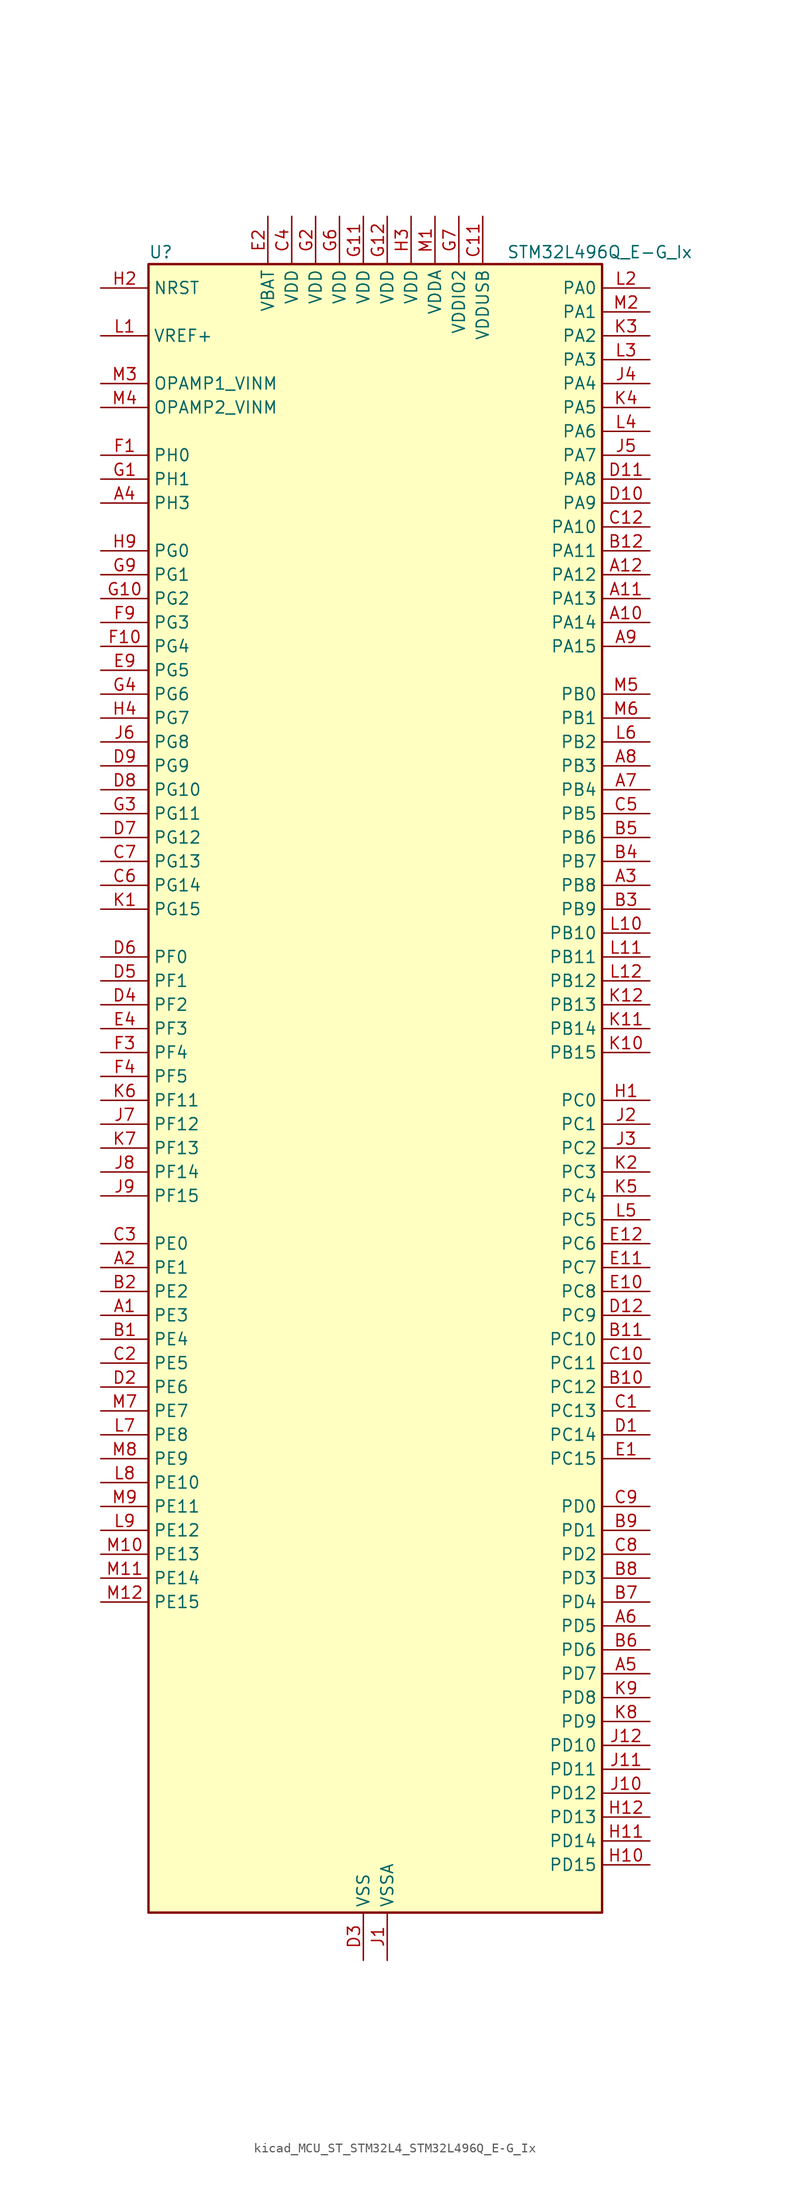
<source format=kicad_sym>
(kicad_symbol_lib
  (version 20220914)
  (generator kicad_symbol_editor)
  (symbol "kicad_MCU_ST_STM32L4_STM32L496Q_E-G_Ix"
    (property "Reference" "U"
      (at -22.86 90.17 0)
      (effects (font (size 1.27 1.27)) (justify left)))
    (property "Value" "STM32L496Q_E-G_Ix"
      (at 15.24 90.17 0)
      (effects (font (size 1.27 1.27)) (justify left)))
    (property "ki_locked" ""
      (at 0 0 0)
      (effects (font (size 1.27 1.27))))
    (symbol "kicad_MCU_ST_STM32L4_STM32L496Q_E-G_Ix_0_1"
      (rectangle (start -22.86 -86.36) (end 25.4 88.9) (stroke (width 0.254) (type default)) (fill (type background))))
    (symbol "kicad_MCU_ST_STM32L4_STM32L496Q_E-G_Ix_1_1"
      (pin bidirectional line (at -27.94 -22.86 0) (length 5.08) (name "PE3" (effects (font (size 1.27 1.27)))) (number "A1" (effects (font (size 1.27 1.27)))) (alternate "FMC_A19" bidirectional line) (alternate "LCD_SEG39" bidirectional line) (alternate "SAI1_SD_B" bidirectional line) (alternate "SYS_TRACED0" bidirectional line) (alternate "TIM3_CH1" bidirectional line) (alternate "TSC_G7_IO2" bidirectional line))
      (pin bidirectional line (at 30.48 50.8 180) (length 5.08) (name "PA14" (effects (font (size 1.27 1.27)))) (number "A10" (effects (font (size 1.27 1.27)))) (alternate "I2C1_SMBA" bidirectional line) (alternate "I2C4_SMBA" bidirectional line) (alternate "LPTIM1_OUT" bidirectional line) (alternate "SAI1_FS_B" bidirectional line) (alternate "SWPMI1_RX" bidirectional line) (alternate "SYS_JTCK-SWCLK" bidirectional line) (alternate "USB_OTG_FS_SOF" bidirectional line))
      (pin bidirectional line (at 30.48 53.34 180) (length 5.08) (name "PA13" (effects (font (size 1.27 1.27)))) (number "A11" (effects (font (size 1.27 1.27)))) (alternate "IR_OUT" bidirectional line) (alternate "SAI1_SD_B" bidirectional line) (alternate "SWPMI1_TX" bidirectional line) (alternate "SYS_JTMS-SWDIO" bidirectional line) (alternate "USB_OTG_FS_NOE" bidirectional line))
      (pin bidirectional line (at 30.48 55.88 180) (length 5.08) (name "PA12" (effects (font (size 1.27 1.27)))) (number "A12" (effects (font (size 1.27 1.27)))) (alternate "CAN1_TX" bidirectional line) (alternate "SPI1_MOSI" bidirectional line) (alternate "TIM1_ETR" bidirectional line) (alternate "USART1_DE" bidirectional line) (alternate "USART1_RTS" bidirectional line) (alternate "USB_OTG_FS_DP" bidirectional line))
      (pin bidirectional line (at -27.94 -17.78 0) (length 5.08) (name "PE1" (effects (font (size 1.27 1.27)))) (number "A2" (effects (font (size 1.27 1.27)))) (alternate "DCMI_D3" bidirectional line) (alternate "FMC_NBL1" bidirectional line) (alternate "LCD_SEG37" bidirectional line) (alternate "TIM17_CH1" bidirectional line))
      (pin bidirectional line (at 30.48 22.86 180) (length 5.08) (name "PB8" (effects (font (size 1.27 1.27)))) (number "A3" (effects (font (size 1.27 1.27)))) (alternate "CAN1_RX" bidirectional line) (alternate "DCMI_D6" bidirectional line) (alternate "DFSDM1_DATIN6" bidirectional line) (alternate "I2C1_SCL" bidirectional line) (alternate "LCD_SEG16" bidirectional line) (alternate "SAI1_MCLK_A" bidirectional line) (alternate "SDMMC1_D4" bidirectional line) (alternate "TIM16_CH1" bidirectional line) (alternate "TIM4_CH3" bidirectional line))
      (pin bidirectional line (at -27.94 63.5 0) (length 5.08) (name "PH3" (effects (font (size 1.27 1.27)))) (number "A4" (effects (font (size 1.27 1.27)))))
      (pin bidirectional line (at 30.48 -60.96 180) (length 5.08) (name "PD7" (effects (font (size 1.27 1.27)))) (number "A5" (effects (font (size 1.27 1.27)))) (alternate "DFSDM1_CKIN1" bidirectional line) (alternate "FMC_NE1" bidirectional line) (alternate "QUADSPI_BK2_IO3" bidirectional line) (alternate "USART2_CK" bidirectional line))
      (pin bidirectional line (at 30.48 -55.88 180) (length 5.08) (name "PD5" (effects (font (size 1.27 1.27)))) (number "A6" (effects (font (size 1.27 1.27)))) (alternate "FMC_NWE" bidirectional line) (alternate "QUADSPI_BK2_IO1" bidirectional line) (alternate "USART2_TX" bidirectional line))
      (pin bidirectional line (at 30.48 33.02 180) (length 5.08) (name "PB4" (effects (font (size 1.27 1.27)))) (number "A7" (effects (font (size 1.27 1.27)))) (alternate "COMP2_INP" bidirectional line) (alternate "DCMI_D12" bidirectional line) (alternate "I2C3_SDA" bidirectional line) (alternate "LCD_SEG8" bidirectional line) (alternate "SAI1_MCLK_B" bidirectional line) (alternate "SPI1_MISO" bidirectional line) (alternate "SPI3_MISO" bidirectional line) (alternate "SYS_JTRST" bidirectional line) (alternate "TIM17_BKIN" bidirectional line) (alternate "TIM3_CH1" bidirectional line) (alternate "TSC_G2_IO1" bidirectional line) (alternate "UART5_DE" bidirectional line) (alternate "UART5_RTS" bidirectional line) (alternate "USART1_CTS" bidirectional line))
      (pin bidirectional line (at 30.48 35.56 180) (length 5.08) (name "PB3" (effects (font (size 1.27 1.27)))) (number "A8" (effects (font (size 1.27 1.27)))) (alternate "COMP2_INM" bidirectional line) (alternate "CRS_SYNC" bidirectional line) (alternate "LCD_SEG7" bidirectional line) (alternate "SAI1_SCK_B" bidirectional line) (alternate "SPI1_SCK" bidirectional line) (alternate "SPI3_SCK" bidirectional line) (alternate "SYS_JTDO-SWO" bidirectional line) (alternate "TIM2_CH2" bidirectional line) (alternate "USART1_DE" bidirectional line) (alternate "USART1_RTS" bidirectional line))
      (pin bidirectional line (at 30.48 48.26 180) (length 5.08) (name "PA15" (effects (font (size 1.27 1.27)))) (number "A9" (effects (font (size 1.27 1.27)))) (alternate "ADC1_EXTI15" bidirectional line) (alternate "ADC2_EXTI15" bidirectional line) (alternate "ADC3_EXTI15" bidirectional line) (alternate "LCD_SEG17" bidirectional line) (alternate "SAI2_FS_B" bidirectional line) (alternate "SPI1_NSS" bidirectional line) (alternate "SPI3_NSS" bidirectional line) (alternate "SWPMI1_SUSPEND" bidirectional line) (alternate "SYS_JTDI" bidirectional line) (alternate "TIM2_CH1" bidirectional line) (alternate "TIM2_ETR" bidirectional line) (alternate "TSC_G3_IO1" bidirectional line) (alternate "UART4_DE" bidirectional line) (alternate "UART4_RTS" bidirectional line) (alternate "USART2_RX" bidirectional line) (alternate "USART3_DE" bidirectional line) (alternate "USART3_RTS" bidirectional line))
      (pin bidirectional line (at -27.94 -25.4 0) (length 5.08) (name "PE4" (effects (font (size 1.27 1.27)))) (number "B1" (effects (font (size 1.27 1.27)))) (alternate "DCMI_D4" bidirectional line) (alternate "DFSDM1_DATIN3" bidirectional line) (alternate "FMC_A20" bidirectional line) (alternate "SAI1_FS_A" bidirectional line) (alternate "SYS_TRACED1" bidirectional line) (alternate "TIM3_CH2" bidirectional line) (alternate "TSC_G7_IO3" bidirectional line))
      (pin bidirectional line (at 30.48 -30.48 180) (length 5.08) (name "PC12" (effects (font (size 1.27 1.27)))) (number "B10" (effects (font (size 1.27 1.27)))) (alternate "DCMI_D9" bidirectional line) (alternate "LCD_COM6" bidirectional line) (alternate "LCD_SEG30" bidirectional line) (alternate "LCD_SEG42" bidirectional line) (alternate "SAI2_SD_B" bidirectional line) (alternate "SDMMC1_CK" bidirectional line) (alternate "SPI3_MOSI" bidirectional line) (alternate "SYS_TRACED3" bidirectional line) (alternate "TSC_G3_IO4" bidirectional line) (alternate "UART5_TX" bidirectional line) (alternate "USART3_CK" bidirectional line))
      (pin bidirectional line (at 30.48 -25.4 180) (length 5.08) (name "PC10" (effects (font (size 1.27 1.27)))) (number "B11" (effects (font (size 1.27 1.27)))) (alternate "DCMI_D8" bidirectional line) (alternate "LCD_COM4" bidirectional line) (alternate "LCD_SEG28" bidirectional line) (alternate "LCD_SEG40" bidirectional line) (alternate "SAI2_SCK_B" bidirectional line) (alternate "SDMMC1_D2" bidirectional line) (alternate "SPI3_SCK" bidirectional line) (alternate "SYS_TRACED1" bidirectional line) (alternate "TSC_G3_IO2" bidirectional line) (alternate "UART4_TX" bidirectional line) (alternate "USART3_TX" bidirectional line))
      (pin bidirectional line (at 30.48 58.42 180) (length 5.08) (name "PA11" (effects (font (size 1.27 1.27)))) (number "B12" (effects (font (size 1.27 1.27)))) (alternate "ADC1_EXTI11" bidirectional line) (alternate "ADC2_EXTI11" bidirectional line) (alternate "ADC3_EXTI11" bidirectional line) (alternate "CAN1_RX" bidirectional line) (alternate "SPI1_MISO" bidirectional line) (alternate "TIM1_BKIN2" bidirectional line) (alternate "TIM1_BKIN2_COMP1" bidirectional line) (alternate "TIM1_CH4" bidirectional line) (alternate "USART1_CTS" bidirectional line) (alternate "USB_OTG_FS_DM" bidirectional line))
      (pin bidirectional line (at -27.94 -20.32 0) (length 5.08) (name "PE2" (effects (font (size 1.27 1.27)))) (number "B2" (effects (font (size 1.27 1.27)))) (alternate "FMC_A23" bidirectional line) (alternate "LCD_SEG38" bidirectional line) (alternate "SAI1_MCLK_A" bidirectional line) (alternate "SYS_TRACECLK" bidirectional line) (alternate "TIM3_ETR" bidirectional line) (alternate "TSC_G7_IO1" bidirectional line))
      (pin bidirectional line (at 30.48 20.32 180) (length 5.08) (name "PB9" (effects (font (size 1.27 1.27)))) (number "B3" (effects (font (size 1.27 1.27)))) (alternate "CAN1_TX" bidirectional line) (alternate "DAC1_EXTI9" bidirectional line) (alternate "DCMI_D7" bidirectional line) (alternate "DFSDM1_CKIN6" bidirectional line) (alternate "I2C1_SDA" bidirectional line) (alternate "IR_OUT" bidirectional line) (alternate "LCD_COM3" bidirectional line) (alternate "SAI1_FS_A" bidirectional line) (alternate "SDMMC1_D5" bidirectional line) (alternate "SPI2_NSS" bidirectional line) (alternate "TIM17_CH1" bidirectional line) (alternate "TIM4_CH4" bidirectional line))
      (pin bidirectional line (at 30.48 25.4 180) (length 5.08) (name "PB7" (effects (font (size 1.27 1.27)))) (number "B4" (effects (font (size 1.27 1.27)))) (alternate "COMP2_INM" bidirectional line) (alternate "DCMI_VSYNC" bidirectional line) (alternate "DFSDM1_CKIN5" bidirectional line) (alternate "FMC_NL" bidirectional line) (alternate "I2C1_SDA" bidirectional line) (alternate "I2C4_SDA" bidirectional line) (alternate "LCD_SEG21" bidirectional line) (alternate "LPTIM1_IN2" bidirectional line) (alternate "SYS_PVD_IN" bidirectional line) (alternate "TIM17_CH1N" bidirectional line) (alternate "TIM4_CH2" bidirectional line) (alternate "TIM8_BKIN" bidirectional line) (alternate "TIM8_BKIN_COMP1" bidirectional line) (alternate "TSC_G2_IO4" bidirectional line) (alternate "UART4_CTS" bidirectional line) (alternate "USART1_RX" bidirectional line))
      (pin bidirectional line (at 30.48 27.94 180) (length 5.08) (name "PB6" (effects (font (size 1.27 1.27)))) (number "B5" (effects (font (size 1.27 1.27)))) (alternate "CAN2_TX" bidirectional line) (alternate "COMP2_INP" bidirectional line) (alternate "DCMI_D5" bidirectional line) (alternate "DFSDM1_DATIN5" bidirectional line) (alternate "I2C1_SCL" bidirectional line) (alternate "I2C4_SCL" bidirectional line) (alternate "LPTIM1_ETR" bidirectional line) (alternate "SAI1_FS_B" bidirectional line) (alternate "TIM16_CH1N" bidirectional line) (alternate "TIM4_CH1" bidirectional line) (alternate "TIM8_BKIN2" bidirectional line) (alternate "TIM8_BKIN2_COMP2" bidirectional line) (alternate "TSC_G2_IO3" bidirectional line) (alternate "USART1_TX" bidirectional line))
      (pin bidirectional line (at 30.48 -58.42 180) (length 5.08) (name "PD6" (effects (font (size 1.27 1.27)))) (number "B6" (effects (font (size 1.27 1.27)))) (alternate "DCMI_D10" bidirectional line) (alternate "DFSDM1_DATIN1" bidirectional line) (alternate "FMC_NWAIT" bidirectional line) (alternate "QUADSPI_BK2_IO1" bidirectional line) (alternate "QUADSPI_BK2_IO2" bidirectional line) (alternate "SAI1_SD_A" bidirectional line) (alternate "USART2_RX" bidirectional line))
      (pin bidirectional line (at 30.48 -53.34 180) (length 5.08) (name "PD4" (effects (font (size 1.27 1.27)))) (number "B7" (effects (font (size 1.27 1.27)))) (alternate "DFSDM1_CKIN0" bidirectional line) (alternate "FMC_NOE" bidirectional line) (alternate "QUADSPI_BK2_IO0" bidirectional line) (alternate "SPI2_MOSI" bidirectional line) (alternate "USART2_DE" bidirectional line) (alternate "USART2_RTS" bidirectional line))
      (pin bidirectional line (at 30.48 -50.8 180) (length 5.08) (name "PD3" (effects (font (size 1.27 1.27)))) (number "B8" (effects (font (size 1.27 1.27)))) (alternate "DCMI_D5" bidirectional line) (alternate "DFSDM1_DATIN0" bidirectional line) (alternate "FMC_CLK" bidirectional line) (alternate "QUADSPI_BK2_NCS" bidirectional line) (alternate "SPI2_MISO" bidirectional line) (alternate "SPI2_SCK" bidirectional line) (alternate "USART2_CTS" bidirectional line))
      (pin bidirectional line (at 30.48 -45.72 180) (length 5.08) (name "PD1" (effects (font (size 1.27 1.27)))) (number "B9" (effects (font (size 1.27 1.27)))) (alternate "CAN1_TX" bidirectional line) (alternate "DFSDM1_CKIN7" bidirectional line) (alternate "FMC_D3" bidirectional line) (alternate "FMC_DA3" bidirectional line) (alternate "SPI2_SCK" bidirectional line))
      (pin bidirectional line (at 30.48 -33.02 180) (length 5.08) (name "PC13" (effects (font (size 1.27 1.27)))) (number "C1" (effects (font (size 1.27 1.27)))) (alternate "RTC_OUT_ALARM" bidirectional line) (alternate "RTC_OUT_CALIB" bidirectional line) (alternate "RTC_TAMP1" bidirectional line) (alternate "RTC_TS" bidirectional line) (alternate "SYS_WKUP2" bidirectional line))
      (pin bidirectional line (at 30.48 -27.94 180) (length 5.08) (name "PC11" (effects (font (size 1.27 1.27)))) (number "C10" (effects (font (size 1.27 1.27)))) (alternate "ADC1_EXTI11" bidirectional line) (alternate "ADC2_EXTI11" bidirectional line) (alternate "ADC3_EXTI11" bidirectional line) (alternate "DCMI_D4" bidirectional line) (alternate "LCD_COM5" bidirectional line) (alternate "LCD_SEG29" bidirectional line) (alternate "LCD_SEG41" bidirectional line) (alternate "QUADSPI_BK2_NCS" bidirectional line) (alternate "SAI2_MCLK_B" bidirectional line) (alternate "SDMMC1_D3" bidirectional line) (alternate "SPI3_MISO" bidirectional line) (alternate "TSC_G3_IO3" bidirectional line) (alternate "UART4_RX" bidirectional line) (alternate "USART3_RX" bidirectional line))
      (pin power_in line (at 12.7 93.98 270) (length 5.08) (name "VDDUSB" (effects (font (size 1.27 1.27)))) (number "C11" (effects (font (size 1.27 1.27)))))
      (pin bidirectional line (at 30.48 60.96 180) (length 5.08) (name "PA10" (effects (font (size 1.27 1.27)))) (number "C12" (effects (font (size 1.27 1.27)))) (alternate "DCMI_D1" bidirectional line) (alternate "LCD_COM2" bidirectional line) (alternate "SAI1_SD_A" bidirectional line) (alternate "TIM17_BKIN" bidirectional line) (alternate "TIM1_CH3" bidirectional line) (alternate "USART1_RX" bidirectional line) (alternate "USB_OTG_FS_ID" bidirectional line))
      (pin bidirectional line (at -27.94 -27.94 0) (length 5.08) (name "PE5" (effects (font (size 1.27 1.27)))) (number "C2" (effects (font (size 1.27 1.27)))) (alternate "DCMI_D6" bidirectional line) (alternate "DFSDM1_CKIN3" bidirectional line) (alternate "FMC_A21" bidirectional line) (alternate "SAI1_SCK_A" bidirectional line) (alternate "SYS_TRACED2" bidirectional line) (alternate "TIM3_CH3" bidirectional line) (alternate "TSC_G7_IO4" bidirectional line))
      (pin bidirectional line (at -27.94 -15.24 0) (length 5.08) (name "PE0" (effects (font (size 1.27 1.27)))) (number "C3" (effects (font (size 1.27 1.27)))) (alternate "DCMI_D2" bidirectional line) (alternate "FMC_NBL0" bidirectional line) (alternate "LCD_SEG36" bidirectional line) (alternate "TIM16_CH1" bidirectional line) (alternate "TIM4_ETR" bidirectional line))
      (pin power_in line (at -7.62 93.98 270) (length 5.08) (name "VDD" (effects (font (size 1.27 1.27)))) (number "C4" (effects (font (size 1.27 1.27)))))
      (pin bidirectional line (at 30.48 30.48 180) (length 5.08) (name "PB5" (effects (font (size 1.27 1.27)))) (number "C5" (effects (font (size 1.27 1.27)))) (alternate "CAN2_RX" bidirectional line) (alternate "COMP2_OUT" bidirectional line) (alternate "DCMI_D10" bidirectional line) (alternate "I2C1_SMBA" bidirectional line) (alternate "LCD_SEG9" bidirectional line) (alternate "LPTIM1_IN1" bidirectional line) (alternate "SAI1_SD_B" bidirectional line) (alternate "SPI1_MOSI" bidirectional line) (alternate "SPI3_MOSI" bidirectional line) (alternate "TIM16_BKIN" bidirectional line) (alternate "TIM3_CH2" bidirectional line) (alternate "TSC_G2_IO2" bidirectional line) (alternate "UART5_CTS" bidirectional line) (alternate "USART1_CK" bidirectional line))
      (pin bidirectional line (at -27.94 22.86 0) (length 5.08) (name "PG14" (effects (font (size 1.27 1.27)))) (number "C6" (effects (font (size 1.27 1.27)))) (alternate "FMC_A25" bidirectional line) (alternate "I2C1_SCL" bidirectional line))
      (pin bidirectional line (at -27.94 25.4 0) (length 5.08) (name "PG13" (effects (font (size 1.27 1.27)))) (number "C7" (effects (font (size 1.27 1.27)))) (alternate "FMC_A24" bidirectional line) (alternate "I2C1_SDA" bidirectional line) (alternate "USART1_CK" bidirectional line))
      (pin bidirectional line (at 30.48 -48.26 180) (length 5.08) (name "PD2" (effects (font (size 1.27 1.27)))) (number "C8" (effects (font (size 1.27 1.27)))) (alternate "DCMI_D11" bidirectional line) (alternate "LCD_COM7" bidirectional line) (alternate "LCD_SEG31" bidirectional line) (alternate "LCD_SEG43" bidirectional line) (alternate "SDMMC1_CMD" bidirectional line) (alternate "SYS_TRACED2" bidirectional line) (alternate "TIM3_ETR" bidirectional line) (alternate "TSC_SYNC" bidirectional line) (alternate "UART5_RX" bidirectional line) (alternate "USART3_DE" bidirectional line) (alternate "USART3_RTS" bidirectional line))
      (pin bidirectional line (at 30.48 -43.18 180) (length 5.08) (name "PD0" (effects (font (size 1.27 1.27)))) (number "C9" (effects (font (size 1.27 1.27)))) (alternate "CAN1_RX" bidirectional line) (alternate "DFSDM1_DATIN7" bidirectional line) (alternate "FMC_D2" bidirectional line) (alternate "FMC_DA2" bidirectional line) (alternate "SPI2_NSS" bidirectional line))
      (pin bidirectional line (at 30.48 -35.56 180) (length 5.08) (name "PC14" (effects (font (size 1.27 1.27)))) (number "D1" (effects (font (size 1.27 1.27)))) (alternate "RCC_OSC32_IN" bidirectional line))
      (pin bidirectional line (at 30.48 63.5 180) (length 5.08) (name "PA9" (effects (font (size 1.27 1.27)))) (number "D10" (effects (font (size 1.27 1.27)))) (alternate "DAC1_EXTI9" bidirectional line) (alternate "DCMI_D0" bidirectional line) (alternate "LCD_COM1" bidirectional line) (alternate "SAI1_FS_A" bidirectional line) (alternate "SPI2_SCK" bidirectional line) (alternate "TIM15_BKIN" bidirectional line) (alternate "TIM1_CH2" bidirectional line) (alternate "USART1_TX" bidirectional line) (alternate "USB_OTG_FS_VBUS" bidirectional line))
      (pin bidirectional line (at 30.48 66.04 180) (length 5.08) (name "PA8" (effects (font (size 1.27 1.27)))) (number "D11" (effects (font (size 1.27 1.27)))) (alternate "LCD_COM0" bidirectional line) (alternate "LPTIM2_OUT" bidirectional line) (alternate "RCC_MCO" bidirectional line) (alternate "SAI1_SCK_A" bidirectional line) (alternate "SWPMI1_IO" bidirectional line) (alternate "TIM1_CH1" bidirectional line) (alternate "USART1_CK" bidirectional line) (alternate "USB_OTG_FS_SOF" bidirectional line))
      (pin bidirectional line (at 30.48 -22.86 180) (length 5.08) (name "PC9" (effects (font (size 1.27 1.27)))) (number "D12" (effects (font (size 1.27 1.27)))) (alternate "DAC1_EXTI9" bidirectional line) (alternate "DCMI_D3" bidirectional line) (alternate "I2C3_SDA" bidirectional line) (alternate "LCD_SEG27" bidirectional line) (alternate "SAI2_EXTCLK" bidirectional line) (alternate "SDMMC1_D1" bidirectional line) (alternate "TIM3_CH4" bidirectional line) (alternate "TIM8_BKIN2" bidirectional line) (alternate "TIM8_BKIN2_COMP1" bidirectional line) (alternate "TIM8_CH4" bidirectional line) (alternate "TSC_G4_IO4" bidirectional line) (alternate "USB_OTG_FS_NOE" bidirectional line))
      (pin bidirectional line (at -27.94 -30.48 0) (length 5.08) (name "PE6" (effects (font (size 1.27 1.27)))) (number "D2" (effects (font (size 1.27 1.27)))) (alternate "DCMI_D7" bidirectional line) (alternate "FMC_A22" bidirectional line) (alternate "RTC_TAMP3" bidirectional line) (alternate "SAI1_SD_A" bidirectional line) (alternate "SYS_TRACED3" bidirectional line) (alternate "SYS_WKUP3" bidirectional line) (alternate "TIM3_CH4" bidirectional line))
      (pin power_in line (at 0 -91.44 90) (length 5.08) (name "VSS" (effects (font (size 1.27 1.27)))) (number "D3" (effects (font (size 1.27 1.27)))))
      (pin bidirectional line (at -27.94 10.16 0) (length 5.08) (name "PF2" (effects (font (size 1.27 1.27)))) (number "D4" (effects (font (size 1.27 1.27)))) (alternate "FMC_A2" bidirectional line) (alternate "I2C2_SMBA" bidirectional line))
      (pin bidirectional line (at -27.94 12.7 0) (length 5.08) (name "PF1" (effects (font (size 1.27 1.27)))) (number "D5" (effects (font (size 1.27 1.27)))) (alternate "FMC_A1" bidirectional line) (alternate "I2C2_SCL" bidirectional line))
      (pin bidirectional line (at -27.94 15.24 0) (length 5.08) (name "PF0" (effects (font (size 1.27 1.27)))) (number "D6" (effects (font (size 1.27 1.27)))) (alternate "FMC_A0" bidirectional line) (alternate "I2C2_SDA" bidirectional line))
      (pin bidirectional line (at -27.94 27.94 0) (length 5.08) (name "PG12" (effects (font (size 1.27 1.27)))) (number "D7" (effects (font (size 1.27 1.27)))) (alternate "FMC_NE4" bidirectional line) (alternate "LPTIM1_ETR" bidirectional line) (alternate "SAI2_SD_A" bidirectional line) (alternate "SPI3_NSS" bidirectional line) (alternate "USART1_DE" bidirectional line) (alternate "USART1_RTS" bidirectional line))
      (pin bidirectional line (at -27.94 33.02 0) (length 5.08) (name "PG10" (effects (font (size 1.27 1.27)))) (number "D8" (effects (font (size 1.27 1.27)))) (alternate "FMC_NE3" bidirectional line) (alternate "LPTIM1_IN1" bidirectional line) (alternate "SAI2_FS_A" bidirectional line) (alternate "SPI3_MISO" bidirectional line) (alternate "TIM15_CH1" bidirectional line) (alternate "USART1_RX" bidirectional line))
      (pin bidirectional line (at -27.94 35.56 0) (length 5.08) (name "PG9" (effects (font (size 1.27 1.27)))) (number "D9" (effects (font (size 1.27 1.27)))) (alternate "DAC1_EXTI9" bidirectional line) (alternate "FMC_NCE" bidirectional line) (alternate "FMC_NE2" bidirectional line) (alternate "SAI2_SCK_A" bidirectional line) (alternate "SPI3_SCK" bidirectional line) (alternate "TIM15_CH1N" bidirectional line) (alternate "USART1_TX" bidirectional line))
      (pin bidirectional line (at 30.48 -38.1 180) (length 5.08) (name "PC15" (effects (font (size 1.27 1.27)))) (number "E1" (effects (font (size 1.27 1.27)))) (alternate "ADC1_EXTI15" bidirectional line) (alternate "ADC2_EXTI15" bidirectional line) (alternate "ADC3_EXTI15" bidirectional line) (alternate "RCC_OSC32_OUT" bidirectional line))
      (pin bidirectional line (at 30.48 -20.32 180) (length 5.08) (name "PC8" (effects (font (size 1.27 1.27)))) (number "E10" (effects (font (size 1.27 1.27)))) (alternate "DCMI_D2" bidirectional line) (alternate "LCD_SEG26" bidirectional line) (alternate "SDMMC1_D0" bidirectional line) (alternate "TIM3_CH3" bidirectional line) (alternate "TIM8_CH3" bidirectional line) (alternate "TSC_G4_IO3" bidirectional line))
      (pin bidirectional line (at 30.48 -17.78 180) (length 5.08) (name "PC7" (effects (font (size 1.27 1.27)))) (number "E11" (effects (font (size 1.27 1.27)))) (alternate "DCMI_D1" bidirectional line) (alternate "DFSDM1_DATIN3" bidirectional line) (alternate "LCD_SEG25" bidirectional line) (alternate "SAI2_MCLK_B" bidirectional line) (alternate "SDMMC1_D7" bidirectional line) (alternate "TIM3_CH2" bidirectional line) (alternate "TIM8_CH2" bidirectional line) (alternate "TSC_G4_IO2" bidirectional line))
      (pin bidirectional line (at 30.48 -15.24 180) (length 5.08) (name "PC6" (effects (font (size 1.27 1.27)))) (number "E12" (effects (font (size 1.27 1.27)))) (alternate "DCMI_D0" bidirectional line) (alternate "DFSDM1_CKIN3" bidirectional line) (alternate "LCD_SEG24" bidirectional line) (alternate "SAI2_MCLK_A" bidirectional line) (alternate "SDMMC1_D6" bidirectional line) (alternate "TIM3_CH1" bidirectional line) (alternate "TIM8_CH1" bidirectional line) (alternate "TSC_G4_IO1" bidirectional line))
      (pin power_in line (at -10.16 93.98 270) (length 5.08) (name "VBAT" (effects (font (size 1.27 1.27)))) (number "E2" (effects (font (size 1.27 1.27)))))
      (pin passive line (at 0 -91.44 90) (length 5.08) hide (name "VSS" (effects (font (size 1.27 1.27)))) (number "E3" (effects (font (size 1.27 1.27)))))
      (pin bidirectional line (at -27.94 7.62 0) (length 5.08) (name "PF3" (effects (font (size 1.27 1.27)))) (number "E4" (effects (font (size 1.27 1.27)))) (alternate "ADC3_IN6" bidirectional line) (alternate "FMC_A3" bidirectional line))
      (pin bidirectional line (at -27.94 45.72 0) (length 5.08) (name "PG5" (effects (font (size 1.27 1.27)))) (number "E9" (effects (font (size 1.27 1.27)))) (alternate "FMC_A15" bidirectional line) (alternate "LPUART1_CTS" bidirectional line) (alternate "SAI2_SD_B" bidirectional line) (alternate "SPI1_NSS" bidirectional line))
      (pin bidirectional line (at -27.94 68.58 0) (length 5.08) (name "PH0" (effects (font (size 1.27 1.27)))) (number "F1" (effects (font (size 1.27 1.27)))) (alternate "RCC_OSC_IN" bidirectional line))
      (pin bidirectional line (at -27.94 48.26 0) (length 5.08) (name "PG4" (effects (font (size 1.27 1.27)))) (number "F10" (effects (font (size 1.27 1.27)))) (alternate "FMC_A14" bidirectional line) (alternate "SAI2_MCLK_B" bidirectional line) (alternate "SPI1_MOSI" bidirectional line))
      (pin passive line (at 0 -91.44 90) (length 5.08) hide (name "VSS" (effects (font (size 1.27 1.27)))) (number "F11" (effects (font (size 1.27 1.27)))))
      (pin passive line (at 0 -91.44 90) (length 5.08) hide (name "VSS" (effects (font (size 1.27 1.27)))) (number "F12" (effects (font (size 1.27 1.27)))))
      (pin passive line (at 0 -91.44 90) (length 5.08) hide (name "VSS" (effects (font (size 1.27 1.27)))) (number "F2" (effects (font (size 1.27 1.27)))))
      (pin bidirectional line (at -27.94 5.08 0) (length 5.08) (name "PF4" (effects (font (size 1.27 1.27)))) (number "F3" (effects (font (size 1.27 1.27)))) (alternate "ADC3_IN7" bidirectional line) (alternate "FMC_A4" bidirectional line))
      (pin bidirectional line (at -27.94 2.54 0) (length 5.08) (name "PF5" (effects (font (size 1.27 1.27)))) (number "F4" (effects (font (size 1.27 1.27)))) (alternate "ADC3_IN8" bidirectional line) (alternate "FMC_A5" bidirectional line))
      (pin passive line (at 0 -91.44 90) (length 5.08) hide (name "VSS" (effects (font (size 1.27 1.27)))) (number "F6" (effects (font (size 1.27 1.27)))))
      (pin passive line (at 0 -91.44 90) (length 5.08) hide (name "VSS" (effects (font (size 1.27 1.27)))) (number "F7" (effects (font (size 1.27 1.27)))))
      (pin bidirectional line (at -27.94 50.8 0) (length 5.08) (name "PG3" (effects (font (size 1.27 1.27)))) (number "F9" (effects (font (size 1.27 1.27)))) (alternate "FMC_A13" bidirectional line) (alternate "SAI2_FS_B" bidirectional line) (alternate "SPI1_MISO" bidirectional line))
      (pin bidirectional line (at -27.94 66.04 0) (length 5.08) (name "PH1" (effects (font (size 1.27 1.27)))) (number "G1" (effects (font (size 1.27 1.27)))) (alternate "RCC_OSC_OUT" bidirectional line))
      (pin bidirectional line (at -27.94 53.34 0) (length 5.08) (name "PG2" (effects (font (size 1.27 1.27)))) (number "G10" (effects (font (size 1.27 1.27)))) (alternate "FMC_A12" bidirectional line) (alternate "SAI2_SCK_B" bidirectional line) (alternate "SPI1_SCK" bidirectional line))
      (pin power_in line (at 0 93.98 270) (length 5.08) (name "VDD" (effects (font (size 1.27 1.27)))) (number "G11" (effects (font (size 1.27 1.27)))))
      (pin power_in line (at 2.54 93.98 270) (length 5.08) (name "VDD" (effects (font (size 1.27 1.27)))) (number "G12" (effects (font (size 1.27 1.27)))))
      (pin power_in line (at -5.08 93.98 270) (length 5.08) (name "VDD" (effects (font (size 1.27 1.27)))) (number "G2" (effects (font (size 1.27 1.27)))))
      (pin bidirectional line (at -27.94 30.48 0) (length 5.08) (name "PG11" (effects (font (size 1.27 1.27)))) (number "G3" (effects (font (size 1.27 1.27)))) (alternate "ADC1_EXTI11" bidirectional line) (alternate "ADC2_EXTI11" bidirectional line) (alternate "ADC3_EXTI11" bidirectional line) (alternate "LPTIM1_IN2" bidirectional line) (alternate "SAI2_MCLK_A" bidirectional line) (alternate "SPI3_MOSI" bidirectional line) (alternate "TIM15_CH2" bidirectional line) (alternate "USART1_CTS" bidirectional line))
      (pin bidirectional line (at -27.94 43.18 0) (length 5.08) (name "PG6" (effects (font (size 1.27 1.27)))) (number "G4" (effects (font (size 1.27 1.27)))) (alternate "I2C3_SMBA" bidirectional line) (alternate "LPUART1_DE" bidirectional line) (alternate "LPUART1_RTS" bidirectional line))
      (pin power_in line (at -2.54 93.98 270) (length 5.08) (name "VDD" (effects (font (size 1.27 1.27)))) (number "G6" (effects (font (size 1.27 1.27)))))
      (pin power_in line (at 10.16 93.98 270) (length 5.08) (name "VDDIO2" (effects (font (size 1.27 1.27)))) (number "G7" (effects (font (size 1.27 1.27)))))
      (pin bidirectional line (at -27.94 55.88 0) (length 5.08) (name "PG1" (effects (font (size 1.27 1.27)))) (number "G9" (effects (font (size 1.27 1.27)))) (alternate "FMC_A11" bidirectional line) (alternate "TSC_G8_IO4" bidirectional line))
      (pin bidirectional line (at 30.48 0 180) (length 5.08) (name "PC0" (effects (font (size 1.27 1.27)))) (number "H1" (effects (font (size 1.27 1.27)))) (alternate "ADC1_IN1" bidirectional line) (alternate "ADC2_IN1" bidirectional line) (alternate "ADC3_IN1" bidirectional line) (alternate "DFSDM1_DATIN4" bidirectional line) (alternate "I2C3_SCL" bidirectional line) (alternate "I2C4_SCL" bidirectional line) (alternate "LCD_SEG18" bidirectional line) (alternate "LPTIM1_IN1" bidirectional line) (alternate "LPTIM2_IN1" bidirectional line) (alternate "LPUART1_RX" bidirectional line))
      (pin bidirectional line (at 30.48 -81.28 180) (length 5.08) (name "PD15" (effects (font (size 1.27 1.27)))) (number "H10" (effects (font (size 1.27 1.27)))) (alternate "ADC1_EXTI15" bidirectional line) (alternate "ADC2_EXTI15" bidirectional line) (alternate "ADC3_EXTI15" bidirectional line) (alternate "FMC_D1" bidirectional line) (alternate "FMC_DA1" bidirectional line) (alternate "LCD_SEG35" bidirectional line) (alternate "TIM4_CH4" bidirectional line))
      (pin bidirectional line (at 30.48 -78.74 180) (length 5.08) (name "PD14" (effects (font (size 1.27 1.27)))) (number "H11" (effects (font (size 1.27 1.27)))) (alternate "FMC_D0" bidirectional line) (alternate "FMC_DA0" bidirectional line) (alternate "LCD_SEG34" bidirectional line) (alternate "TIM4_CH3" bidirectional line))
      (pin bidirectional line (at 30.48 -76.2 180) (length 5.08) (name "PD13" (effects (font (size 1.27 1.27)))) (number "H12" (effects (font (size 1.27 1.27)))) (alternate "FMC_A18" bidirectional line) (alternate "I2C4_SDA" bidirectional line) (alternate "LCD_SEG33" bidirectional line) (alternate "LPTIM2_OUT" bidirectional line) (alternate "TIM4_CH2" bidirectional line) (alternate "TSC_G6_IO4" bidirectional line))
      (pin input line (at -27.94 86.36 0) (length 5.08) (name "NRST" (effects (font (size 1.27 1.27)))) (number "H2" (effects (font (size 1.27 1.27)))))
      (pin power_in line (at 5.08 93.98 270) (length 5.08) (name "VDD" (effects (font (size 1.27 1.27)))) (number "H3" (effects (font (size 1.27 1.27)))))
      (pin bidirectional line (at -27.94 40.64 0) (length 5.08) (name "PG7" (effects (font (size 1.27 1.27)))) (number "H4" (effects (font (size 1.27 1.27)))) (alternate "FMC_INT" bidirectional line) (alternate "I2C3_SCL" bidirectional line) (alternate "LPUART1_TX" bidirectional line) (alternate "SAI1_MCLK_A" bidirectional line))
      (pin bidirectional line (at -27.94 58.42 0) (length 5.08) (name "PG0" (effects (font (size 1.27 1.27)))) (number "H9" (effects (font (size 1.27 1.27)))) (alternate "FMC_A10" bidirectional line) (alternate "TSC_G8_IO3" bidirectional line))
      (pin power_in line (at 2.54 -91.44 90) (length 5.08) (name "VSSA" (effects (font (size 1.27 1.27)))) (number "J1" (effects (font (size 1.27 1.27)))))
      (pin bidirectional line (at 30.48 -73.66 180) (length 5.08) (name "PD12" (effects (font (size 1.27 1.27)))) (number "J10" (effects (font (size 1.27 1.27)))) (alternate "FMC_A17" bidirectional line) (alternate "FMC_ALE" bidirectional line) (alternate "I2C4_SCL" bidirectional line) (alternate "LCD_SEG32" bidirectional line) (alternate "LPTIM2_IN1" bidirectional line) (alternate "SAI2_FS_A" bidirectional line) (alternate "TIM4_CH1" bidirectional line) (alternate "TSC_G6_IO3" bidirectional line) (alternate "USART3_DE" bidirectional line) (alternate "USART3_RTS" bidirectional line))
      (pin bidirectional line (at 30.48 -71.12 180) (length 5.08) (name "PD11" (effects (font (size 1.27 1.27)))) (number "J11" (effects (font (size 1.27 1.27)))) (alternate "ADC1_EXTI11" bidirectional line) (alternate "ADC2_EXTI11" bidirectional line) (alternate "ADC3_EXTI11" bidirectional line) (alternate "FMC_A16" bidirectional line) (alternate "FMC_CLE" bidirectional line) (alternate "I2C4_SMBA" bidirectional line) (alternate "LCD_SEG31" bidirectional line) (alternate "LPTIM2_ETR" bidirectional line) (alternate "SAI2_SD_A" bidirectional line) (alternate "TSC_G6_IO2" bidirectional line) (alternate "USART3_CTS" bidirectional line))
      (pin bidirectional line (at 30.48 -68.58 180) (length 5.08) (name "PD10" (effects (font (size 1.27 1.27)))) (number "J12" (effects (font (size 1.27 1.27)))) (alternate "FMC_D15" bidirectional line) (alternate "FMC_DA15" bidirectional line) (alternate "LCD_SEG30" bidirectional line) (alternate "SAI2_SCK_A" bidirectional line) (alternate "TSC_G6_IO1" bidirectional line) (alternate "USART3_CK" bidirectional line))
      (pin bidirectional line (at 30.48 -2.54 180) (length 5.08) (name "PC1" (effects (font (size 1.27 1.27)))) (number "J2" (effects (font (size 1.27 1.27)))) (alternate "ADC1_IN2" bidirectional line) (alternate "ADC2_IN2" bidirectional line) (alternate "ADC3_IN2" bidirectional line) (alternate "DFSDM1_CKIN4" bidirectional line) (alternate "I2C3_SDA" bidirectional line) (alternate "I2C4_SDA" bidirectional line) (alternate "LCD_SEG19" bidirectional line) (alternate "LPTIM1_OUT" bidirectional line) (alternate "LPUART1_TX" bidirectional line) (alternate "QUADSPI_BK2_IO0" bidirectional line) (alternate "SAI1_SD_A" bidirectional line) (alternate "SPI2_MOSI" bidirectional line) (alternate "SYS_TRACED0" bidirectional line))
      (pin bidirectional line (at 30.48 -5.08 180) (length 5.08) (name "PC2" (effects (font (size 1.27 1.27)))) (number "J3" (effects (font (size 1.27 1.27)))) (alternate "ADC1_IN3" bidirectional line) (alternate "ADC2_IN3" bidirectional line) (alternate "ADC3_IN3" bidirectional line) (alternate "DFSDM1_CKOUT" bidirectional line) (alternate "LCD_SEG20" bidirectional line) (alternate "LPTIM1_IN2" bidirectional line) (alternate "QUADSPI_BK2_IO1" bidirectional line) (alternate "SPI2_MISO" bidirectional line))
      (pin bidirectional line (at 30.48 76.2 180) (length 5.08) (name "PA4" (effects (font (size 1.27 1.27)))) (number "J4" (effects (font (size 1.27 1.27)))) (alternate "ADC1_IN9" bidirectional line) (alternate "ADC2_IN9" bidirectional line) (alternate "DAC1_OUT1" bidirectional line) (alternate "DCMI_HSYNC" bidirectional line) (alternate "LPTIM2_OUT" bidirectional line) (alternate "SAI1_FS_B" bidirectional line) (alternate "SPI1_NSS" bidirectional line) (alternate "SPI3_NSS" bidirectional line) (alternate "USART2_CK" bidirectional line))
      (pin bidirectional line (at 30.48 68.58 180) (length 5.08) (name "PA7" (effects (font (size 1.27 1.27)))) (number "J5" (effects (font (size 1.27 1.27)))) (alternate "ADC1_IN12" bidirectional line) (alternate "ADC2_IN12" bidirectional line) (alternate "I2C3_SCL" bidirectional line) (alternate "LCD_SEG4" bidirectional line) (alternate "QUADSPI_BK1_IO2" bidirectional line) (alternate "SPI1_MOSI" bidirectional line) (alternate "TIM17_CH1" bidirectional line) (alternate "TIM1_CH1N" bidirectional line) (alternate "TIM3_CH2" bidirectional line) (alternate "TIM8_CH1N" bidirectional line))
      (pin bidirectional line (at -27.94 38.1 0) (length 5.08) (name "PG8" (effects (font (size 1.27 1.27)))) (number "J6" (effects (font (size 1.27 1.27)))) (alternate "I2C3_SDA" bidirectional line) (alternate "LPUART1_RX" bidirectional line))
      (pin bidirectional line (at -27.94 -2.54 0) (length 5.08) (name "PF12" (effects (font (size 1.27 1.27)))) (number "J7" (effects (font (size 1.27 1.27)))) (alternate "FMC_A6" bidirectional line))
      (pin bidirectional line (at -27.94 -7.62 0) (length 5.08) (name "PF14" (effects (font (size 1.27 1.27)))) (number "J8" (effects (font (size 1.27 1.27)))) (alternate "DFSDM1_CKIN6" bidirectional line) (alternate "FMC_A8" bidirectional line) (alternate "I2C4_SCL" bidirectional line) (alternate "TSC_G8_IO1" bidirectional line))
      (pin bidirectional line (at -27.94 -10.16 0) (length 5.08) (name "PF15" (effects (font (size 1.27 1.27)))) (number "J9" (effects (font (size 1.27 1.27)))) (alternate "ADC1_EXTI15" bidirectional line) (alternate "ADC2_EXTI15" bidirectional line) (alternate "ADC3_EXTI15" bidirectional line) (alternate "FMC_A9" bidirectional line) (alternate "I2C4_SDA" bidirectional line) (alternate "TSC_G8_IO2" bidirectional line))
      (pin bidirectional line (at -27.94 20.32 0) (length 5.08) (name "PG15" (effects (font (size 1.27 1.27)))) (number "K1" (effects (font (size 1.27 1.27)))) (alternate "ADC1_EXTI15" bidirectional line) (alternate "ADC2_EXTI15" bidirectional line) (alternate "ADC3_EXTI15" bidirectional line) (alternate "DCMI_D13" bidirectional line) (alternate "I2C1_SMBA" bidirectional line) (alternate "LPTIM1_OUT" bidirectional line))
      (pin bidirectional line (at 30.48 5.08 180) (length 5.08) (name "PB15" (effects (font (size 1.27 1.27)))) (number "K10" (effects (font (size 1.27 1.27)))) (alternate "ADC1_EXTI15" bidirectional line) (alternate "ADC2_EXTI15" bidirectional line) (alternate "ADC3_EXTI15" bidirectional line) (alternate "DFSDM1_CKIN2" bidirectional line) (alternate "LCD_SEG15" bidirectional line) (alternate "RTC_REFIN" bidirectional line) (alternate "SAI2_SD_A" bidirectional line) (alternate "SPI2_MOSI" bidirectional line) (alternate "SWPMI1_SUSPEND" bidirectional line) (alternate "TIM15_CH2" bidirectional line) (alternate "TIM1_CH3N" bidirectional line) (alternate "TIM8_CH3N" bidirectional line) (alternate "TSC_G1_IO4" bidirectional line))
      (pin bidirectional line (at 30.48 7.62 180) (length 5.08) (name "PB14" (effects (font (size 1.27 1.27)))) (number "K11" (effects (font (size 1.27 1.27)))) (alternate "DFSDM1_DATIN2" bidirectional line) (alternate "I2C2_SDA" bidirectional line) (alternate "LCD_SEG14" bidirectional line) (alternate "SAI2_MCLK_A" bidirectional line) (alternate "SPI2_MISO" bidirectional line) (alternate "SWPMI1_RX" bidirectional line) (alternate "TIM15_CH1" bidirectional line) (alternate "TIM1_CH2N" bidirectional line) (alternate "TIM8_CH2N" bidirectional line) (alternate "TSC_G1_IO3" bidirectional line) (alternate "USART3_DE" bidirectional line) (alternate "USART3_RTS" bidirectional line))
      (pin bidirectional line (at 30.48 10.16 180) (length 5.08) (name "PB13" (effects (font (size 1.27 1.27)))) (number "K12" (effects (font (size 1.27 1.27)))) (alternate "CAN2_TX" bidirectional line) (alternate "DFSDM1_CKIN1" bidirectional line) (alternate "I2C2_SCL" bidirectional line) (alternate "LCD_SEG13" bidirectional line) (alternate "LPUART1_CTS" bidirectional line) (alternate "SAI2_SCK_A" bidirectional line) (alternate "SPI2_SCK" bidirectional line) (alternate "SWPMI1_TX" bidirectional line) (alternate "TIM15_CH1N" bidirectional line) (alternate "TIM1_CH1N" bidirectional line) (alternate "TSC_G1_IO2" bidirectional line) (alternate "USART3_CTS" bidirectional line))
      (pin bidirectional line (at 30.48 -7.62 180) (length 5.08) (name "PC3" (effects (font (size 1.27 1.27)))) (number "K2" (effects (font (size 1.27 1.27)))) (alternate "ADC1_IN4" bidirectional line) (alternate "ADC2_IN4" bidirectional line) (alternate "ADC3_IN4" bidirectional line) (alternate "LCD_VLCD" bidirectional line) (alternate "LPTIM1_ETR" bidirectional line) (alternate "LPTIM2_ETR" bidirectional line) (alternate "QUADSPI_BK2_IO2" bidirectional line) (alternate "SAI1_SD_A" bidirectional line) (alternate "SPI2_MOSI" bidirectional line))
      (pin bidirectional line (at 30.48 81.28 180) (length 5.08) (name "PA2" (effects (font (size 1.27 1.27)))) (number "K3" (effects (font (size 1.27 1.27)))) (alternate "ADC1_IN7" bidirectional line) (alternate "ADC2_IN7" bidirectional line) (alternate "LCD_SEG1" bidirectional line) (alternate "LPUART1_TX" bidirectional line) (alternate "QUADSPI_BK1_NCS" bidirectional line) (alternate "RCC_LSCO" bidirectional line) (alternate "SAI2_EXTCLK" bidirectional line) (alternate "SYS_WKUP4" bidirectional line) (alternate "TIM15_CH1" bidirectional line) (alternate "TIM2_CH3" bidirectional line) (alternate "TIM5_CH3" bidirectional line) (alternate "USART2_TX" bidirectional line))
      (pin bidirectional line (at 30.48 73.66 180) (length 5.08) (name "PA5" (effects (font (size 1.27 1.27)))) (number "K4" (effects (font (size 1.27 1.27)))) (alternate "ADC1_IN10" bidirectional line) (alternate "ADC2_IN10" bidirectional line) (alternate "DAC1_OUT2" bidirectional line) (alternate "LPTIM2_ETR" bidirectional line) (alternate "SPI1_SCK" bidirectional line) (alternate "TIM2_CH1" bidirectional line) (alternate "TIM2_ETR" bidirectional line) (alternate "TIM8_CH1N" bidirectional line))
      (pin bidirectional line (at 30.48 -10.16 180) (length 5.08) (name "PC4" (effects (font (size 1.27 1.27)))) (number "K5" (effects (font (size 1.27 1.27)))) (alternate "ADC1_IN13" bidirectional line) (alternate "ADC2_IN13" bidirectional line) (alternate "COMP1_INM" bidirectional line) (alternate "LCD_SEG22" bidirectional line) (alternate "QUADSPI_BK2_IO3" bidirectional line) (alternate "USART3_TX" bidirectional line))
      (pin bidirectional line (at -27.94 0 0) (length 5.08) (name "PF11" (effects (font (size 1.27 1.27)))) (number "K6" (effects (font (size 1.27 1.27)))) (alternate "ADC1_EXTI11" bidirectional line) (alternate "ADC2_EXTI11" bidirectional line) (alternate "ADC3_EXTI11" bidirectional line) (alternate "DCMI_D12" bidirectional line))
      (pin bidirectional line (at -27.94 -5.08 0) (length 5.08) (name "PF13" (effects (font (size 1.27 1.27)))) (number "K7" (effects (font (size 1.27 1.27)))) (alternate "DFSDM1_DATIN6" bidirectional line) (alternate "FMC_A7" bidirectional line) (alternate "I2C4_SMBA" bidirectional line))
      (pin bidirectional line (at 30.48 -66.04 180) (length 5.08) (name "PD9" (effects (font (size 1.27 1.27)))) (number "K8" (effects (font (size 1.27 1.27)))) (alternate "DAC1_EXTI9" bidirectional line) (alternate "DCMI_PIXCLK" bidirectional line) (alternate "FMC_D14" bidirectional line) (alternate "FMC_DA14" bidirectional line) (alternate "LCD_SEG29" bidirectional line) (alternate "SAI2_MCLK_A" bidirectional line) (alternate "USART3_RX" bidirectional line))
      (pin bidirectional line (at 30.48 -63.5 180) (length 5.08) (name "PD8" (effects (font (size 1.27 1.27)))) (number "K9" (effects (font (size 1.27 1.27)))) (alternate "DCMI_HSYNC" bidirectional line) (alternate "FMC_D13" bidirectional line) (alternate "FMC_DA13" bidirectional line) (alternate "LCD_SEG28" bidirectional line) (alternate "USART3_TX" bidirectional line))
      (pin input line (at -27.94 81.28 0) (length 5.08) (name "VREF+" (effects (font (size 1.27 1.27)))) (number "L1" (effects (font (size 1.27 1.27)))) (alternate "VREFBUF_OUT" bidirectional line))
      (pin bidirectional line (at 30.48 17.78 180) (length 5.08) (name "PB10" (effects (font (size 1.27 1.27)))) (number "L10" (effects (font (size 1.27 1.27)))) (alternate "COMP1_OUT" bidirectional line) (alternate "DFSDM1_DATIN7" bidirectional line) (alternate "I2C2_SCL" bidirectional line) (alternate "I2C4_SCL" bidirectional line) (alternate "LCD_SEG10" bidirectional line) (alternate "LPUART1_RX" bidirectional line) (alternate "QUADSPI_CLK" bidirectional line) (alternate "SAI1_SCK_A" bidirectional line) (alternate "SPI2_SCK" bidirectional line) (alternate "TIM2_CH3" bidirectional line) (alternate "TSC_SYNC" bidirectional line) (alternate "USART3_TX" bidirectional line))
      (pin bidirectional line (at 30.48 15.24 180) (length 5.08) (name "PB11" (effects (font (size 1.27 1.27)))) (number "L11" (effects (font (size 1.27 1.27)))) (alternate "ADC1_EXTI11" bidirectional line) (alternate "ADC2_EXTI11" bidirectional line) (alternate "ADC3_EXTI11" bidirectional line) (alternate "COMP2_OUT" bidirectional line) (alternate "DFSDM1_CKIN7" bidirectional line) (alternate "I2C2_SDA" bidirectional line) (alternate "I2C4_SDA" bidirectional line) (alternate "LCD_SEG11" bidirectional line) (alternate "LPUART1_TX" bidirectional line) (alternate "QUADSPI_BK1_NCS" bidirectional line) (alternate "TIM2_CH4" bidirectional line) (alternate "USART3_RX" bidirectional line))
      (pin bidirectional line (at 30.48 12.7 180) (length 5.08) (name "PB12" (effects (font (size 1.27 1.27)))) (number "L12" (effects (font (size 1.27 1.27)))) (alternate "CAN2_RX" bidirectional line) (alternate "DFSDM1_DATIN1" bidirectional line) (alternate "I2C2_SMBA" bidirectional line) (alternate "LCD_SEG12" bidirectional line) (alternate "LPUART1_DE" bidirectional line) (alternate "LPUART1_RTS" bidirectional line) (alternate "SAI2_FS_A" bidirectional line) (alternate "SPI2_NSS" bidirectional line) (alternate "SWPMI1_IO" bidirectional line) (alternate "TIM15_BKIN" bidirectional line) (alternate "TIM1_BKIN" bidirectional line) (alternate "TIM1_BKIN_COMP2" bidirectional line) (alternate "TSC_G1_IO1" bidirectional line) (alternate "USART3_CK" bidirectional line))
      (pin bidirectional line (at 30.48 86.36 180) (length 5.08) (name "PA0" (effects (font (size 1.27 1.27)))) (number "L2" (effects (font (size 1.27 1.27)))) (alternate "ADC1_IN5" bidirectional line) (alternate "ADC2_IN5" bidirectional line) (alternate "OPAMP1_VINP" bidirectional line) (alternate "RTC_TAMP2" bidirectional line) (alternate "SAI1_EXTCLK" bidirectional line) (alternate "SYS_WKUP1" bidirectional line) (alternate "TIM2_CH1" bidirectional line) (alternate "TIM2_ETR" bidirectional line) (alternate "TIM5_CH1" bidirectional line) (alternate "TIM8_ETR" bidirectional line) (alternate "UART4_TX" bidirectional line) (alternate "USART2_CTS" bidirectional line))
      (pin bidirectional line (at 30.48 78.74 180) (length 5.08) (name "PA3" (effects (font (size 1.27 1.27)))) (number "L3" (effects (font (size 1.27 1.27)))) (alternate "ADC1_IN8" bidirectional line) (alternate "ADC2_IN8" bidirectional line) (alternate "LCD_SEG2" bidirectional line) (alternate "LPUART1_RX" bidirectional line) (alternate "OPAMP1_VOUT" bidirectional line) (alternate "QUADSPI_CLK" bidirectional line) (alternate "SAI1_MCLK_A" bidirectional line) (alternate "TIM15_CH2" bidirectional line) (alternate "TIM2_CH4" bidirectional line) (alternate "TIM5_CH4" bidirectional line) (alternate "USART2_RX" bidirectional line))
      (pin bidirectional line (at 30.48 71.12 180) (length 5.08) (name "PA6" (effects (font (size 1.27 1.27)))) (number "L4" (effects (font (size 1.27 1.27)))) (alternate "ADC1_IN11" bidirectional line) (alternate "ADC2_IN11" bidirectional line) (alternate "DCMI_PIXCLK" bidirectional line) (alternate "LCD_SEG3" bidirectional line) (alternate "LPUART1_CTS" bidirectional line) (alternate "OPAMP2_VINP" bidirectional line) (alternate "QUADSPI_BK1_IO3" bidirectional line) (alternate "SPI1_MISO" bidirectional line) (alternate "TIM16_CH1" bidirectional line) (alternate "TIM1_BKIN" bidirectional line) (alternate "TIM1_BKIN_COMP2" bidirectional line) (alternate "TIM3_CH1" bidirectional line) (alternate "TIM8_BKIN" bidirectional line) (alternate "TIM8_BKIN_COMP2" bidirectional line) (alternate "USART3_CTS" bidirectional line))
      (pin bidirectional line (at 30.48 -12.7 180) (length 5.08) (name "PC5" (effects (font (size 1.27 1.27)))) (number "L5" (effects (font (size 1.27 1.27)))) (alternate "ADC1_IN14" bidirectional line) (alternate "ADC2_IN14" bidirectional line) (alternate "COMP1_INP" bidirectional line) (alternate "LCD_SEG23" bidirectional line) (alternate "SYS_WKUP5" bidirectional line) (alternate "USART3_RX" bidirectional line))
      (pin bidirectional line (at 30.48 38.1 180) (length 5.08) (name "PB2" (effects (font (size 1.27 1.27)))) (number "L6" (effects (font (size 1.27 1.27)))) (alternate "COMP1_INP" bidirectional line) (alternate "DFSDM1_CKIN0" bidirectional line) (alternate "I2C3_SMBA" bidirectional line) (alternate "LCD_VLCD" bidirectional line) (alternate "LPTIM1_OUT" bidirectional line) (alternate "RTC_OUT_ALARM" bidirectional line) (alternate "RTC_OUT_CALIB" bidirectional line))
      (pin bidirectional line (at -27.94 -35.56 0) (length 5.08) (name "PE8" (effects (font (size 1.27 1.27)))) (number "L7" (effects (font (size 1.27 1.27)))) (alternate "DFSDM1_CKIN2" bidirectional line) (alternate "FMC_D5" bidirectional line) (alternate "FMC_DA5" bidirectional line) (alternate "SAI1_SCK_B" bidirectional line) (alternate "TIM1_CH1N" bidirectional line))
      (pin bidirectional line (at -27.94 -40.64 0) (length 5.08) (name "PE10" (effects (font (size 1.27 1.27)))) (number "L8" (effects (font (size 1.27 1.27)))) (alternate "DFSDM1_DATIN4" bidirectional line) (alternate "FMC_D7" bidirectional line) (alternate "FMC_DA7" bidirectional line) (alternate "QUADSPI_CLK" bidirectional line) (alternate "SAI1_MCLK_B" bidirectional line) (alternate "TIM1_CH2N" bidirectional line) (alternate "TSC_G5_IO1" bidirectional line))
      (pin bidirectional line (at -27.94 -45.72 0) (length 5.08) (name "PE12" (effects (font (size 1.27 1.27)))) (number "L9" (effects (font (size 1.27 1.27)))) (alternate "DFSDM1_DATIN5" bidirectional line) (alternate "FMC_D9" bidirectional line) (alternate "FMC_DA9" bidirectional line) (alternate "QUADSPI_BK1_IO0" bidirectional line) (alternate "SPI1_NSS" bidirectional line) (alternate "TIM1_CH3N" bidirectional line) (alternate "TSC_G5_IO3" bidirectional line))
      (pin power_in line (at 7.62 93.98 270) (length 5.08) (name "VDDA" (effects (font (size 1.27 1.27)))) (number "M1" (effects (font (size 1.27 1.27)))))
      (pin bidirectional line (at -27.94 -48.26 0) (length 5.08) (name "PE13" (effects (font (size 1.27 1.27)))) (number "M10" (effects (font (size 1.27 1.27)))) (alternate "DFSDM1_CKIN5" bidirectional line) (alternate "FMC_D10" bidirectional line) (alternate "FMC_DA10" bidirectional line) (alternate "QUADSPI_BK1_IO1" bidirectional line) (alternate "SPI1_SCK" bidirectional line) (alternate "TIM1_CH3" bidirectional line) (alternate "TSC_G5_IO4" bidirectional line))
      (pin bidirectional line (at -27.94 -50.8 0) (length 5.08) (name "PE14" (effects (font (size 1.27 1.27)))) (number "M11" (effects (font (size 1.27 1.27)))) (alternate "FMC_D11" bidirectional line) (alternate "FMC_DA11" bidirectional line) (alternate "QUADSPI_BK1_IO2" bidirectional line) (alternate "SPI1_MISO" bidirectional line) (alternate "TIM1_BKIN2" bidirectional line) (alternate "TIM1_BKIN2_COMP2" bidirectional line) (alternate "TIM1_CH4" bidirectional line))
      (pin bidirectional line (at -27.94 -53.34 0) (length 5.08) (name "PE15" (effects (font (size 1.27 1.27)))) (number "M12" (effects (font (size 1.27 1.27)))) (alternate "ADC1_EXTI15" bidirectional line) (alternate "ADC2_EXTI15" bidirectional line) (alternate "ADC3_EXTI15" bidirectional line) (alternate "FMC_D12" bidirectional line) (alternate "FMC_DA12" bidirectional line) (alternate "QUADSPI_BK1_IO3" bidirectional line) (alternate "SPI1_MOSI" bidirectional line) (alternate "TIM1_BKIN" bidirectional line) (alternate "TIM1_BKIN_COMP1" bidirectional line))
      (pin bidirectional line (at 30.48 83.82 180) (length 5.08) (name "PA1" (effects (font (size 1.27 1.27)))) (number "M2" (effects (font (size 1.27 1.27)))) (alternate "ADC1_IN6" bidirectional line) (alternate "ADC2_IN6" bidirectional line) (alternate "I2C1_SMBA" bidirectional line) (alternate "LCD_SEG0" bidirectional line) (alternate "SPI1_SCK" bidirectional line) (alternate "TIM15_CH1N" bidirectional line) (alternate "TIM2_CH2" bidirectional line) (alternate "TIM5_CH2" bidirectional line) (alternate "UART4_RX" bidirectional line) (alternate "USART2_DE" bidirectional line) (alternate "USART2_RTS" bidirectional line))
      (pin bidirectional line (at -27.94 76.2 0) (length 5.08) (name "OPAMP1_VINM" (effects (font (size 1.27 1.27)))) (number "M3" (effects (font (size 1.27 1.27)))) (alternate "OPAMP1_VINM" bidirectional line))
      (pin bidirectional line (at -27.94 73.66 0) (length 5.08) (name "OPAMP2_VINM" (effects (font (size 1.27 1.27)))) (number "M4" (effects (font (size 1.27 1.27)))) (alternate "OPAMP2_VINM" bidirectional line))
      (pin bidirectional line (at 30.48 43.18 180) (length 5.08) (name "PB0" (effects (font (size 1.27 1.27)))) (number "M5" (effects (font (size 1.27 1.27)))) (alternate "ADC1_IN15" bidirectional line) (alternate "ADC2_IN15" bidirectional line) (alternate "COMP1_OUT" bidirectional line) (alternate "LCD_SEG5" bidirectional line) (alternate "OPAMP2_VOUT" bidirectional line) (alternate "QUADSPI_BK1_IO1" bidirectional line) (alternate "SAI1_EXTCLK" bidirectional line) (alternate "SPI1_NSS" bidirectional line) (alternate "TIM1_CH2N" bidirectional line) (alternate "TIM3_CH3" bidirectional line) (alternate "TIM8_CH2N" bidirectional line) (alternate "USART3_CK" bidirectional line))
      (pin bidirectional line (at 30.48 40.64 180) (length 5.08) (name "PB1" (effects (font (size 1.27 1.27)))) (number "M6" (effects (font (size 1.27 1.27)))) (alternate "ADC1_IN16" bidirectional line) (alternate "ADC2_IN16" bidirectional line) (alternate "COMP1_INM" bidirectional line) (alternate "DFSDM1_DATIN0" bidirectional line) (alternate "LCD_SEG6" bidirectional line) (alternate "LPTIM2_IN1" bidirectional line) (alternate "LPUART1_DE" bidirectional line) (alternate "LPUART1_RTS" bidirectional line) (alternate "QUADSPI_BK1_IO0" bidirectional line) (alternate "TIM1_CH3N" bidirectional line) (alternate "TIM3_CH4" bidirectional line) (alternate "TIM8_CH3N" bidirectional line) (alternate "USART3_DE" bidirectional line) (alternate "USART3_RTS" bidirectional line))
      (pin bidirectional line (at -27.94 -33.02 0) (length 5.08) (name "PE7" (effects (font (size 1.27 1.27)))) (number "M7" (effects (font (size 1.27 1.27)))) (alternate "DFSDM1_DATIN2" bidirectional line) (alternate "FMC_D4" bidirectional line) (alternate "FMC_DA4" bidirectional line) (alternate "SAI1_SD_B" bidirectional line) (alternate "TIM1_ETR" bidirectional line))
      (pin bidirectional line (at -27.94 -38.1 0) (length 5.08) (name "PE9" (effects (font (size 1.27 1.27)))) (number "M8" (effects (font (size 1.27 1.27)))) (alternate "DAC1_EXTI9" bidirectional line) (alternate "DFSDM1_CKOUT" bidirectional line) (alternate "FMC_D6" bidirectional line) (alternate "FMC_DA6" bidirectional line) (alternate "SAI1_FS_B" bidirectional line) (alternate "TIM1_CH1" bidirectional line))
      (pin bidirectional line (at -27.94 -43.18 0) (length 5.08) (name "PE11" (effects (font (size 1.27 1.27)))) (number "M9" (effects (font (size 1.27 1.27)))) (alternate "ADC1_EXTI11" bidirectional line) (alternate "ADC2_EXTI11" bidirectional line) (alternate "ADC3_EXTI11" bidirectional line) (alternate "DFSDM1_CKIN4" bidirectional line) (alternate "FMC_D8" bidirectional line) (alternate "FMC_DA8" bidirectional line) (alternate "QUADSPI_BK1_NCS" bidirectional line) (alternate "TIM1_CH2" bidirectional line) (alternate "TSC_G5_IO2" bidirectional line)))))
</source>
